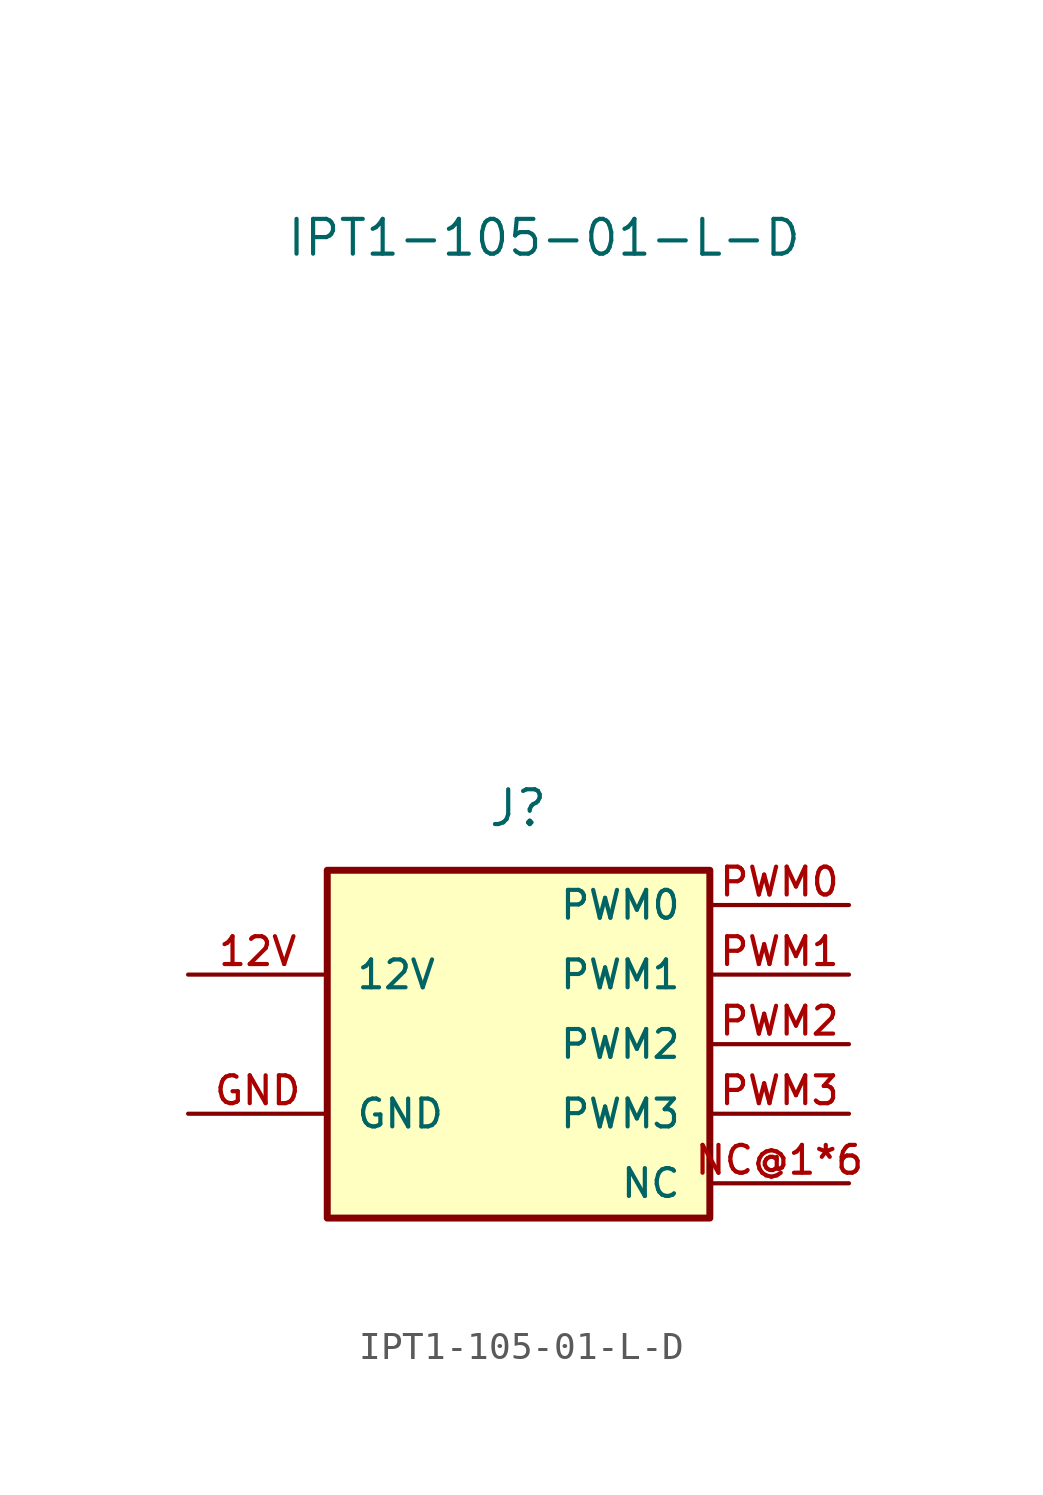
<source format=kicad_sym>
(kicad_symbol_lib
  (version 20231120)
  (generator "kicad_symbol_editor")
  (generator_version "8.0")
  (symbol "IPT1-105-01-L-D"
    (pin_names
      (offset 1.016))
    (property "Reference" "J"
      (at -0.508 1.524 0)
      (effects (font (size 1.27 1.27)) (justify left bottom)))
    (property "Value" "IPT1-105-01-L-D"
      (at -7.874 22.352 0)
      (effects (font (size 1.27 1.27)) (justify left bottom)))
    (symbol "IPT1-105-01-L-D_0_0"
      (rectangle (start -6.35 0) (end 7.62 -12.7) (stroke (width 0.254) (type default)) (fill (type background))))
    (symbol "IPT1-105-01-L-D_1_0"
      (pin passive line (at -11.43 -3.81 0) (length 5.08) (name "12V" (effects (font (size 1.016 1.016)))) (number "12V" (effects (font (size 1.016 1.016)))))
      (pin passive line (at -11.43 -8.89 0) (length 5.08) (name "GND" (effects (font (size 1.016 1.016)))) (number "GND" (effects (font (size 1.016 1.016)))))
      (pin passive line (at 12.7 -11.43 180) (length 5.08) (name "NC" (effects (font (size 1.016 1.016)))) (number "NC@1*6" (effects (font (size 1.016 1.016)))))
      (pin passive line (at 12.7 -1.27 180) (length 5.08) (name "PWM0" (effects (font (size 1.016 1.016)))) (number "PWM0" (effects (font (size 1.016 1.016)))))
      (pin passive line (at 12.7 -3.81 180) (length 5.08) (name "PWM1" (effects (font (size 1.016 1.016)))) (number "PWM1" (effects (font (size 1.016 1.016)))))
      (pin passive line (at 12.7 -6.35 180) (length 5.08) (name "PWM2" (effects (font (size 1.016 1.016)))) (number "PWM2" (effects (font (size 1.016 1.016)))))
      (pin passive line (at 12.7 -8.89 180) (length 5.08) (name "PWM3" (effects (font (size 1.016 1.016)))) (number "PWM3" (effects (font (size 1.016 1.016))))))))
</source>
